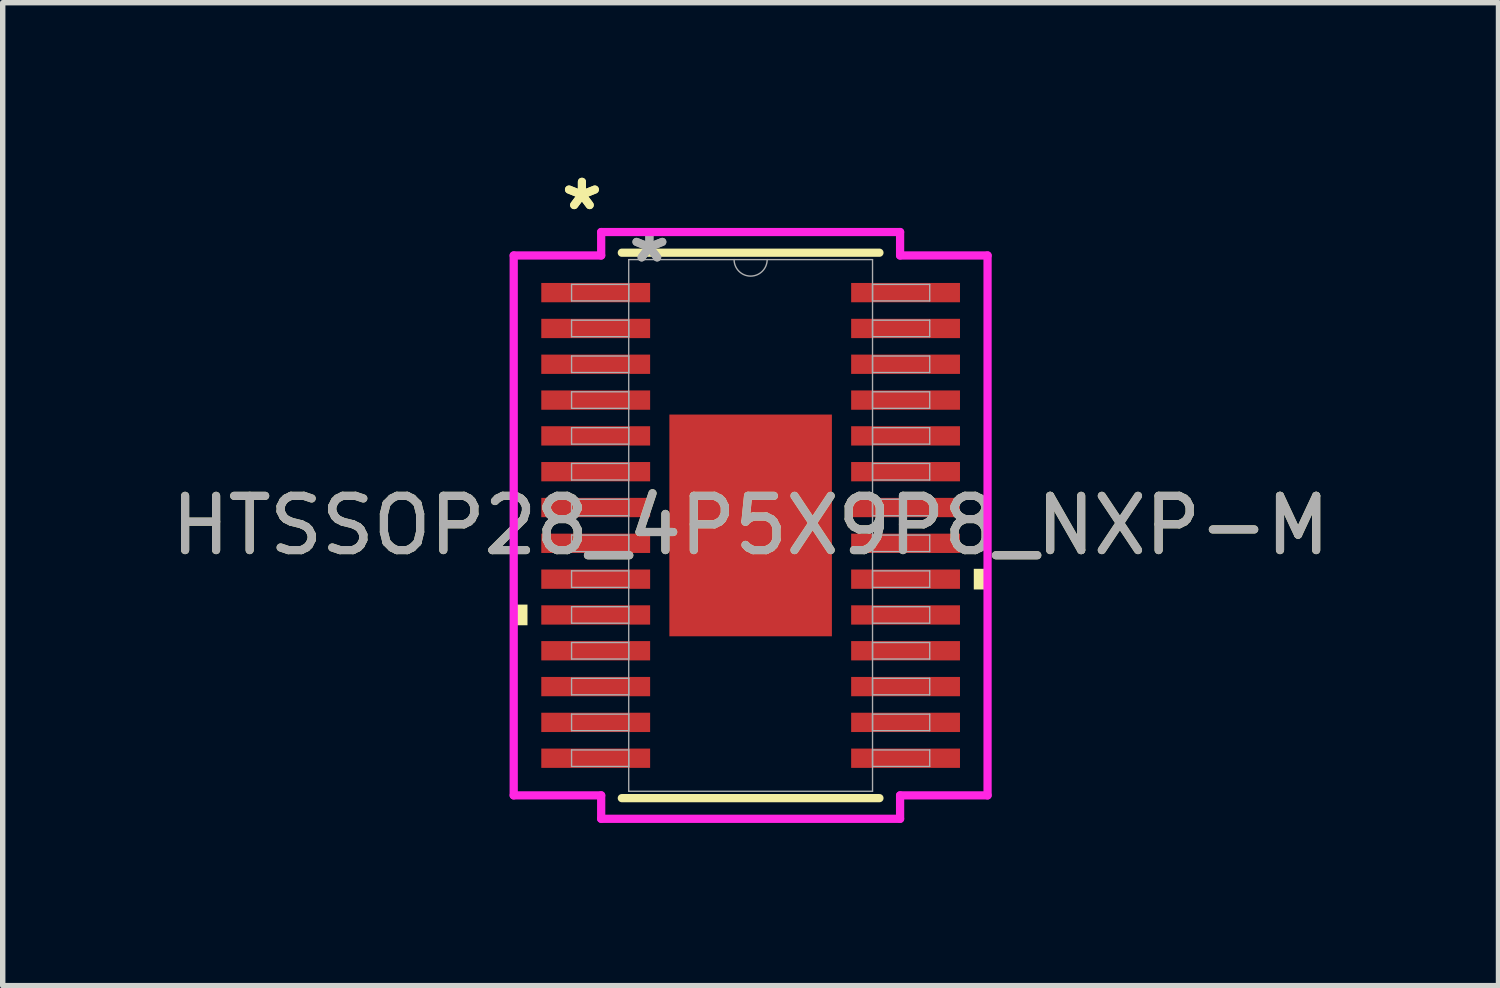
<source format=kicad_pcb>
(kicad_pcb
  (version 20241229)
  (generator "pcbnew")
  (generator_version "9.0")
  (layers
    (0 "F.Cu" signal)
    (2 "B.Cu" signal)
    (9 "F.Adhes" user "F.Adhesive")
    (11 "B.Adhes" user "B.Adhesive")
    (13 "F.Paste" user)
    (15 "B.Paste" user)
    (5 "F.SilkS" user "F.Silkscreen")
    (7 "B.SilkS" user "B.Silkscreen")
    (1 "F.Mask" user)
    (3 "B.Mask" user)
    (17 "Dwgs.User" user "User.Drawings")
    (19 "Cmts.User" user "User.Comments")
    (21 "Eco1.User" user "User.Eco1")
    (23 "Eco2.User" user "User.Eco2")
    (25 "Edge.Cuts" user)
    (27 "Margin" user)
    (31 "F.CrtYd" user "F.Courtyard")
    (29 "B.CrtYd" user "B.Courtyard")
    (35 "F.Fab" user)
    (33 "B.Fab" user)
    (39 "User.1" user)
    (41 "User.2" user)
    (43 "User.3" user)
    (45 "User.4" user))
  (footprint "HTSSOP28_4P5X9P8_NXP-M"
    (layer "F.Cu")
    (at 10.792 6.639)
    (property "Reference" "HTSSOP28_4P5X9P8_NXP-M" (at 0 0 0) (unlocked yes) (layer "F.SilkS") (effects (font (size 1 1) (thickness 0.15))))
    (attr smd)
    (fp_line (start -2.375 5.029) (end 2.375 5.029) (stroke (width 0.152) (type solid)) (layer "F.SilkS"))
    (fp_line (start 2.375 -5.029) (end -2.375 -5.029) (stroke (width 0.152) (type solid)) (layer "F.SilkS"))
    (fp_poly (pts (xy -4.369 1.46) (xy -4.369 1.841) (xy -4.115 1.841) (xy -4.115 1.46)) (stroke (width 0) (type solid)) (fill yes) (layer "F.SilkS"))
    (fp_poly (pts (xy 4.369 0.8) (xy 4.369 1.181) (xy 4.115 1.181) (xy 4.115 0.8)) (stroke (width 0) (type solid)) (fill yes) (layer "F.SilkS"))
    (fp_poly (pts (xy -1.399 -1.945) (xy -1.399 -0.782) (xy -0.1 -0.782) (xy -0.1 -1.945)) (stroke (width 0) (type solid)) (fill yes) (layer "F.Paste"))
    (fp_poly (pts (xy -1.399 -0.582) (xy -1.399 0.582) (xy -0.1 0.582) (xy -0.1 -0.582)) (stroke (width 0) (type solid)) (fill yes) (layer "F.Paste"))
    (fp_poly (pts (xy -1.399 0.782) (xy -1.399 1.945) (xy -0.1 1.945) (xy -0.1 0.782)) (stroke (width 0) (type solid)) (fill yes) (layer "F.Paste"))
    (fp_poly (pts (xy 0.1 -1.945) (xy 0.1 -0.782) (xy 1.399 -0.782) (xy 1.399 -1.945)) (stroke (width 0) (type solid)) (fill yes) (layer "F.Paste"))
    (fp_poly (pts (xy 0.1 -0.582) (xy 0.1 0.582) (xy 1.399 0.582) (xy 1.399 -0.582)) (stroke (width 0) (type solid)) (fill yes) (layer "F.Paste"))
    (fp_poly (pts (xy 0.1 0.782) (xy 0.1 1.945) (xy 1.399 1.945) (xy 1.399 0.782)) (stroke (width 0) (type solid)) (fill yes) (layer "F.Paste"))
    (fp_line (start -4.369 -4.978) (end -2.756 -4.978) (stroke (width 0.152) (type solid)) (layer "F.CrtYd"))
    (fp_line (start -4.369 4.978) (end -4.369 -4.978) (stroke (width 0.152) (type solid)) (layer "F.CrtYd"))
    (fp_line (start -4.369 4.978) (end -2.756 4.978) (stroke (width 0.152) (type solid)) (layer "F.CrtYd"))
    (fp_line (start -2.756 -5.41) (end 2.756 -5.41) (stroke (width 0.152) (type solid)) (layer "F.CrtYd"))
    (fp_line (start -2.756 -4.978) (end -2.756 -5.41) (stroke (width 0.152) (type solid)) (layer "F.CrtYd"))
    (fp_line (start -2.756 5.41) (end -2.756 4.978) (stroke (width 0.152) (type solid)) (layer "F.CrtYd"))
    (fp_line (start 2.756 -5.41) (end 2.756 -4.978) (stroke (width 0.152) (type solid)) (layer "F.CrtYd"))
    (fp_line (start 2.756 4.978) (end 2.756 5.41) (stroke (width 0.152) (type solid)) (layer "F.CrtYd"))
    (fp_line (start 2.756 5.41) (end -2.756 5.41) (stroke (width 0.152) (type solid)) (layer "F.CrtYd"))
    (fp_line (start 4.369 -4.978) (end 2.756 -4.978) (stroke (width 0.152) (type solid)) (layer "F.CrtYd"))
    (fp_line (start 4.369 -4.978) (end 4.369 4.978) (stroke (width 0.152) (type solid)) (layer "F.CrtYd"))
    (fp_line (start 4.369 4.978) (end 2.756 4.978) (stroke (width 0.152) (type solid)) (layer "F.CrtYd"))
    (fp_line (start -3.302 -4.445) (end -3.302 -4.14) (stroke (width 0.025) (type solid)) (layer "F.Fab"))
    (fp_line (start -3.302 -4.14) (end -2.248 -4.14) (stroke (width 0.025) (type solid)) (layer "F.Fab"))
    (fp_line (start -3.302 -3.785) (end -3.302 -3.48) (stroke (width 0.025) (type solid)) (layer "F.Fab"))
    (fp_line (start -3.302 -3.48) (end -2.248 -3.48) (stroke (width 0.025) (type solid)) (layer "F.Fab"))
    (fp_line (start -3.302 -3.124) (end -3.302 -2.819) (stroke (width 0.025) (type solid)) (layer "F.Fab"))
    (fp_line (start -3.302 -2.819) (end -2.248 -2.819) (stroke (width 0.025) (type solid)) (layer "F.Fab"))
    (fp_line (start -3.302 -2.464) (end -3.302 -2.159) (stroke (width 0.025) (type solid)) (layer "F.Fab"))
    (fp_line (start -3.302 -2.159) (end -2.248 -2.159) (stroke (width 0.025) (type solid)) (layer "F.Fab"))
    (fp_line (start -3.302 -1.803) (end -3.302 -1.499) (stroke (width 0.025) (type solid)) (layer "F.Fab"))
    (fp_line (start -3.302 -1.499) (end -2.248 -1.499) (stroke (width 0.025) (type solid)) (layer "F.Fab"))
    (fp_line (start -3.302 -1.143) (end -3.302 -0.838) (stroke (width 0.025) (type solid)) (layer "F.Fab"))
    (fp_line (start -3.302 -0.838) (end -2.248 -0.838) (stroke (width 0.025) (type solid)) (layer "F.Fab"))
    (fp_line (start -3.302 -0.483) (end -3.302 -0.178) (stroke (width 0.025) (type solid)) (layer "F.Fab"))
    (fp_line (start -3.302 -0.178) (end -2.248 -0.178) (stroke (width 0.025) (type solid)) (layer "F.Fab"))
    (fp_line (start -3.302 0.178) (end -3.302 0.483) (stroke (width 0.025) (type solid)) (layer "F.Fab"))
    (fp_line (start -3.302 0.483) (end -2.248 0.483) (stroke (width 0.025) (type solid)) (layer "F.Fab"))
    (fp_line (start -3.302 0.838) (end -3.302 1.143) (stroke (width 0.025) (type solid)) (layer "F.Fab"))
    (fp_line (start -3.302 1.143) (end -2.248 1.143) (stroke (width 0.025) (type solid)) (layer "F.Fab"))
    (fp_line (start -3.302 1.499) (end -3.302 1.803) (stroke (width 0.025) (type solid)) (layer "F.Fab"))
    (fp_line (start -3.302 1.803) (end -2.248 1.803) (stroke (width 0.025) (type solid)) (layer "F.Fab"))
    (fp_line (start -3.302 2.159) (end -3.302 2.464) (stroke (width 0.025) (type solid)) (layer "F.Fab"))
    (fp_line (start -3.302 2.464) (end -2.248 2.464) (stroke (width 0.025) (type solid)) (layer "F.Fab"))
    (fp_line (start -3.302 2.819) (end -3.302 3.124) (stroke (width 0.025) (type solid)) (layer "F.Fab"))
    (fp_line (start -3.302 3.124) (end -2.248 3.124) (stroke (width 0.025) (type solid)) (layer "F.Fab"))
    (fp_line (start -3.302 3.48) (end -3.302 3.785) (stroke (width 0.025) (type solid)) (layer "F.Fab"))
    (fp_line (start -3.302 3.785) (end -2.248 3.785) (stroke (width 0.025) (type solid)) (layer "F.Fab"))
    (fp_line (start -3.302 4.14) (end -3.302 4.445) (stroke (width 0.025) (type solid)) (layer "F.Fab"))
    (fp_line (start -3.302 4.445) (end -2.248 4.445) (stroke (width 0.025) (type solid)) (layer "F.Fab"))
    (fp_line (start -2.248 -4.902) (end -2.248 4.902) (stroke (width 0.025) (type solid)) (layer "F.Fab"))
    (fp_line (start -2.248 -4.445) (end -3.302 -4.445) (stroke (width 0.025) (type solid)) (layer "F.Fab"))
    (fp_line (start -2.248 -4.14) (end -2.248 -4.445) (stroke (width 0.025) (type solid)) (layer "F.Fab"))
    (fp_line (start -2.248 -3.785) (end -3.302 -3.785) (stroke (width 0.025) (type solid)) (layer "F.Fab"))
    (fp_line (start -2.248 -3.48) (end -2.248 -3.785) (stroke (width 0.025) (type solid)) (layer "F.Fab"))
    (fp_line (start -2.248 -3.124) (end -3.302 -3.124) (stroke (width 0.025) (type solid)) (layer "F.Fab"))
    (fp_line (start -2.248 -2.819) (end -2.248 -3.124) (stroke (width 0.025) (type solid)) (layer "F.Fab"))
    (fp_line (start -2.248 -2.464) (end -3.302 -2.464) (stroke (width 0.025) (type solid)) (layer "F.Fab"))
    (fp_line (start -2.248 -2.159) (end -2.248 -2.464) (stroke (width 0.025) (type solid)) (layer "F.Fab"))
    (fp_line (start -2.248 -1.803) (end -3.302 -1.803) (stroke (width 0.025) (type solid)) (layer "F.Fab"))
    (fp_line (start -2.248 -1.499) (end -2.248 -1.803) (stroke (width 0.025) (type solid)) (layer "F.Fab"))
    (fp_line (start -2.248 -1.143) (end -3.302 -1.143) (stroke (width 0.025) (type solid)) (layer "F.Fab"))
    (fp_line (start -2.248 -0.838) (end -2.248 -1.143) (stroke (width 0.025) (type solid)) (layer "F.Fab"))
    (fp_line (start -2.248 -0.483) (end -3.302 -0.483) (stroke (width 0.025) (type solid)) (layer "F.Fab"))
    (fp_line (start -2.248 -0.178) (end -2.248 -0.483) (stroke (width 0.025) (type solid)) (layer "F.Fab"))
    (fp_line (start -2.248 0.178) (end -3.302 0.178) (stroke (width 0.025) (type solid)) (layer "F.Fab"))
    (fp_line (start -2.248 0.483) (end -2.248 0.178) (stroke (width 0.025) (type solid)) (layer "F.Fab"))
    (fp_line (start -2.248 0.838) (end -3.302 0.838) (stroke (width 0.025) (type solid)) (layer "F.Fab"))
    (fp_line (start -2.248 1.143) (end -2.248 0.838) (stroke (width 0.025) (type solid)) (layer "F.Fab"))
    (fp_line (start -2.248 1.499) (end -3.302 1.499) (stroke (width 0.025) (type solid)) (layer "F.Fab"))
    (fp_line (start -2.248 1.803) (end -2.248 1.499) (stroke (width 0.025) (type solid)) (layer "F.Fab"))
    (fp_line (start -2.248 2.159) (end -3.302 2.159) (stroke (width 0.025) (type solid)) (layer "F.Fab"))
    (fp_line (start -2.248 2.464) (end -2.248 2.159) (stroke (width 0.025) (type solid)) (layer "F.Fab"))
    (fp_line (start -2.248 2.819) (end -3.302 2.819) (stroke (width 0.025) (type solid)) (layer "F.Fab"))
    (fp_line (start -2.248 3.124) (end -2.248 2.819) (stroke (width 0.025) (type solid)) (layer "F.Fab"))
    (fp_line (start -2.248 3.48) (end -3.302 3.48) (stroke (width 0.025) (type solid)) (layer "F.Fab"))
    (fp_line (start -2.248 3.785) (end -2.248 3.48) (stroke (width 0.025) (type solid)) (layer "F.Fab"))
    (fp_line (start -2.248 4.14) (end -3.302 4.14) (stroke (width 0.025) (type solid)) (layer "F.Fab"))
    (fp_line (start -2.248 4.445) (end -2.248 4.14) (stroke (width 0.025) (type solid)) (layer "F.Fab"))
    (fp_line (start -2.248 4.902) (end 2.248 4.902) (stroke (width 0.025) (type solid)) (layer "F.Fab"))
    (fp_line (start 2.248 -4.902) (end -2.248 -4.902) (stroke (width 0.025) (type solid)) (layer "F.Fab"))
    (fp_line (start 2.248 -4.445) (end 2.248 -4.14) (stroke (width 0.025) (type solid)) (layer "F.Fab"))
    (fp_line (start 2.248 -4.14) (end 3.302 -4.14) (stroke (width 0.025) (type solid)) (layer "F.Fab"))
    (fp_line (start 2.248 -3.785) (end 2.248 -3.48) (stroke (width 0.025) (type solid)) (layer "F.Fab"))
    (fp_line (start 2.248 -3.48) (end 3.302 -3.48) (stroke (width 0.025) (type solid)) (layer "F.Fab"))
    (fp_line (start 2.248 -3.124) (end 2.248 -2.819) (stroke (width 0.025) (type solid)) (layer "F.Fab"))
    (fp_line (start 2.248 -2.819) (end 3.302 -2.819) (stroke (width 0.025) (type solid)) (layer "F.Fab"))
    (fp_line (start 2.248 -2.464) (end 2.248 -2.159) (stroke (width 0.025) (type solid)) (layer "F.Fab"))
    (fp_line (start 2.248 -2.159) (end 3.302 -2.159) (stroke (width 0.025) (type solid)) (layer "F.Fab"))
    (fp_line (start 2.248 -1.803) (end 2.248 -1.499) (stroke (width 0.025) (type solid)) (layer "F.Fab"))
    (fp_line (start 2.248 -1.499) (end 3.302 -1.499) (stroke (width 0.025) (type solid)) (layer "F.Fab"))
    (fp_line (start 2.248 -1.143) (end 2.248 -0.838) (stroke (width 0.025) (type solid)) (layer "F.Fab"))
    (fp_line (start 2.248 -0.838) (end 3.302 -0.838) (stroke (width 0.025) (type solid)) (layer "F.Fab"))
    (fp_line (start 2.248 -0.483) (end 2.248 -0.178) (stroke (width 0.025) (type solid)) (layer "F.Fab"))
    (fp_line (start 2.248 -0.178) (end 3.302 -0.178) (stroke (width 0.025) (type solid)) (layer "F.Fab"))
    (fp_line (start 2.248 0.178) (end 2.248 0.483) (stroke (width 0.025) (type solid)) (layer "F.Fab"))
    (fp_line (start 2.248 0.483) (end 3.302 0.483) (stroke (width 0.025) (type solid)) (layer "F.Fab"))
    (fp_line (start 2.248 0.838) (end 2.248 1.143) (stroke (width 0.025) (type solid)) (layer "F.Fab"))
    (fp_line (start 2.248 1.143) (end 3.302 1.143) (stroke (width 0.025) (type solid)) (layer "F.Fab"))
    (fp_line (start 2.248 1.499) (end 2.248 1.803) (stroke (width 0.025) (type solid)) (layer "F.Fab"))
    (fp_line (start 2.248 1.803) (end 3.302 1.803) (stroke (width 0.025) (type solid)) (layer "F.Fab"))
    (fp_line (start 2.248 2.159) (end 2.248 2.464) (stroke (width 0.025) (type solid)) (layer "F.Fab"))
    (fp_line (start 2.248 2.464) (end 3.302 2.464) (stroke (width 0.025) (type solid)) (layer "F.Fab"))
    (fp_line (start 2.248 2.819) (end 2.248 3.124) (stroke (width 0.025) (type solid)) (layer "F.Fab"))
    (fp_line (start 2.248 3.124) (end 3.302 3.124) (stroke (width 0.025) (type solid)) (layer "F.Fab"))
    (fp_line (start 2.248 3.48) (end 2.248 3.785) (stroke (width 0.025) (type solid)) (layer "F.Fab"))
    (fp_line (start 2.248 3.785) (end 3.302 3.785) (stroke (width 0.025) (type solid)) (layer "F.Fab"))
    (fp_line (start 2.248 4.14) (end 2.248 4.445) (stroke (width 0.025) (type solid)) (layer "F.Fab"))
    (fp_line (start 2.248 4.445) (end 3.302 4.445) (stroke (width 0.025) (type solid)) (layer "F.Fab"))
    (fp_line (start 2.248 4.902) (end 2.248 -4.902) (stroke (width 0.025) (type solid)) (layer "F.Fab"))
    (fp_line (start 3.302 -4.445) (end 2.248 -4.445) (stroke (width 0.025) (type solid)) (layer "F.Fab"))
    (fp_line (start 3.302 -4.14) (end 3.302 -4.445) (stroke (width 0.025) (type solid)) (layer "F.Fab"))
    (fp_line (start 3.302 -3.785) (end 2.248 -3.785) (stroke (width 0.025) (type solid)) (layer "F.Fab"))
    (fp_line (start 3.302 -3.48) (end 3.302 -3.785) (stroke (width 0.025) (type solid)) (layer "F.Fab"))
    (fp_line (start 3.302 -3.124) (end 2.248 -3.124) (stroke (width 0.025) (type solid)) (layer "F.Fab"))
    (fp_line (start 3.302 -2.819) (end 3.302 -3.124) (stroke (width 0.025) (type solid)) (layer "F.Fab"))
    (fp_line (start 3.302 -2.464) (end 2.248 -2.464) (stroke (width 0.025) (type solid)) (layer "F.Fab"))
    (fp_line (start 3.302 -2.159) (end 3.302 -2.464) (stroke (width 0.025) (type solid)) (layer "F.Fab"))
    (fp_line (start 3.302 -1.803) (end 2.248 -1.803) (stroke (width 0.025) (type solid)) (layer "F.Fab"))
    (fp_line (start 3.302 -1.499) (end 3.302 -1.803) (stroke (width 0.025) (type solid)) (layer "F.Fab"))
    (fp_line (start 3.302 -1.143) (end 2.248 -1.143) (stroke (width 0.025) (type solid)) (layer "F.Fab"))
    (fp_line (start 3.302 -0.838) (end 3.302 -1.143) (stroke (width 0.025) (type solid)) (layer "F.Fab"))
    (fp_line (start 3.302 -0.483) (end 2.248 -0.483) (stroke (width 0.025) (type solid)) (layer "F.Fab"))
    (fp_line (start 3.302 -0.178) (end 3.302 -0.483) (stroke (width 0.025) (type solid)) (layer "F.Fab"))
    (fp_line (start 3.302 0.178) (end 2.248 0.178) (stroke (width 0.025) (type solid)) (layer "F.Fab"))
    (fp_line (start 3.302 0.483) (end 3.302 0.178) (stroke (width 0.025) (type solid)) (layer "F.Fab"))
    (fp_line (start 3.302 0.838) (end 2.248 0.838) (stroke (width 0.025) (type solid)) (layer "F.Fab"))
    (fp_line (start 3.302 1.143) (end 3.302 0.838) (stroke (width 0.025) (type solid)) (layer "F.Fab"))
    (fp_line (start 3.302 1.499) (end 2.248 1.499) (stroke (width 0.025) (type solid)) (layer "F.Fab"))
    (fp_line (start 3.302 1.803) (end 3.302 1.499) (stroke (width 0.025) (type solid)) (layer "F.Fab"))
    (fp_line (start 3.302 2.159) (end 2.248 2.159) (stroke (width 0.025) (type solid)) (layer "F.Fab"))
    (fp_line (start 3.302 2.464) (end 3.302 2.159) (stroke (width 0.025) (type solid)) (layer "F.Fab"))
    (fp_line (start 3.302 2.819) (end 2.248 2.819) (stroke (width 0.025) (type solid)) (layer "F.Fab"))
    (fp_line (start 3.302 3.124) (end 3.302 2.819) (stroke (width 0.025) (type solid)) (layer "F.Fab"))
    (fp_line (start 3.302 3.48) (end 2.248 3.48) (stroke (width 0.025) (type solid)) (layer "F.Fab"))
    (fp_line (start 3.302 3.785) (end 3.302 3.48) (stroke (width 0.025) (type solid)) (layer "F.Fab"))
    (fp_line (start 3.302 4.14) (end 2.248 4.14) (stroke (width 0.025) (type solid)) (layer "F.Fab"))
    (fp_line (start 3.302 4.445) (end 3.302 4.14) (stroke (width 0.025) (type solid)) (layer "F.Fab"))
    (fp_arc (start 0.3048 -4.9022) (mid 0 -4.5974) (end -0.3048 -4.9022) (stroke (width 0.0254) (type solid)) (layer "F.Fab"))
    (fp_text user "*" (at -3.111 -5.791 0) (unlocked yes) (layer "F.SilkS") (effects (font (size 1 1) (thickness 0.15))))
    (fp_text user "*" (at -3.111 -5.791 0) (layer "F.SilkS") (effects (font (size 1 1) (thickness 0.15))))
    (fp_text user "*" (at -1.867 -4.826 0) (unlocked yes) (layer "F.Fab") (effects (font (size 1 1) (thickness 0.15))))
    (fp_text user "*" (at -1.867 -4.826 0) (layer "F.Fab") (effects (font (size 1 1) (thickness 0.15))))
    (fp_text user "${REFERENCE}" (at 0 0 0) (unlocked yes) (layer "F.Fab") (effects (font (size 1 1) (thickness 0.15))))
    (pad "1" smd rect (at -2.857 -4.293) (size 2.007 0.356) (layers "F.Cu" "F.Mask" "F.Paste"))
    (pad "2" smd rect (at -2.857 -3.632) (size 2.007 0.356) (layers "F.Cu" "F.Mask" "F.Paste"))
    (pad "3" smd rect (at -2.857 -2.972) (size 2.007 0.356) (layers "F.Cu" "F.Mask" "F.Paste"))
    (pad "4" smd rect (at -2.857 -2.311) (size 2.007 0.356) (layers "F.Cu" "F.Mask" "F.Paste"))
    (pad "5" smd rect (at -2.857 -1.651) (size 2.007 0.356) (layers "F.Cu" "F.Mask" "F.Paste"))
    (pad "6" smd rect (at -2.857 -0.991) (size 2.007 0.356) (layers "F.Cu" "F.Mask" "F.Paste"))
    (pad "7" smd rect (at -2.857 -0.33) (size 2.007 0.356) (layers "F.Cu" "F.Mask" "F.Paste"))
    (pad "8" smd rect (at -2.857 0.33) (size 2.007 0.356) (layers "F.Cu" "F.Mask" "F.Paste"))
    (pad "9" smd rect (at -2.857 0.991) (size 2.007 0.356) (layers "F.Cu" "F.Mask" "F.Paste"))
    (pad "10" smd rect (at -2.857 1.651) (size 2.007 0.356) (layers "F.Cu" "F.Mask" "F.Paste"))
    (pad "11" smd rect (at -2.857 2.311) (size 2.007 0.356) (layers "F.Cu" "F.Mask" "F.Paste"))
    (pad "12" smd rect (at -2.857 2.972) (size 2.007 0.356) (layers "F.Cu" "F.Mask" "F.Paste"))
    (pad "13" smd rect (at -2.857 3.632) (size 2.007 0.356) (layers "F.Cu" "F.Mask" "F.Paste"))
    (pad "14" smd rect (at -2.857 4.293) (size 2.007 0.356) (layers "F.Cu" "F.Mask" "F.Paste"))
    (pad "15" smd rect (at 2.857 4.293) (size 2.007 0.356) (layers "F.Cu" "F.Mask" "F.Paste"))
    (pad "16" smd rect (at 2.857 3.632) (size 2.007 0.356) (layers "F.Cu" "F.Mask" "F.Paste"))
    (pad "17" smd rect (at 2.857 2.972) (size 2.007 0.356) (layers "F.Cu" "F.Mask" "F.Paste"))
    (pad "18" smd rect (at 2.857 2.311) (size 2.007 0.356) (layers "F.Cu" "F.Mask" "F.Paste"))
    (pad "19" smd rect (at 2.857 1.651) (size 2.007 0.356) (layers "F.Cu" "F.Mask" "F.Paste"))
    (pad "20" smd rect (at 2.857 0.991) (size 2.007 0.356) (layers "F.Cu" "F.Mask" "F.Paste"))
    (pad "21" smd rect (at 2.857 0.33) (size 2.007 0.356) (layers "F.Cu" "F.Mask" "F.Paste"))
    (pad "22" smd rect (at 2.857 -0.33) (size 2.007 0.356) (layers "F.Cu" "F.Mask" "F.Paste"))
    (pad "23" smd rect (at 2.857 -0.991) (size 2.007 0.356) (layers "F.Cu" "F.Mask" "F.Paste"))
    (pad "24" smd rect (at 2.857 -1.651) (size 2.007 0.356) (layers "F.Cu" "F.Mask" "F.Paste"))
    (pad "25" smd rect (at 2.857 -2.311) (size 2.007 0.356) (layers "F.Cu" "F.Mask" "F.Paste"))
    (pad "26" smd rect (at 2.857 -2.972) (size 2.007 0.356) (layers "F.Cu" "F.Mask" "F.Paste"))
    (pad "27" smd rect (at 2.857 -3.632) (size 2.007 0.356) (layers "F.Cu" "F.Mask" "F.Paste"))
    (pad "28" smd rect (at 2.857 -4.293) (size 2.007 0.356) (layers "F.Cu" "F.Mask" "F.Paste"))
    (pad "EPAD" smd rect (at 0 0) (size 2.997 4.089) (layers "F.Cu" "F.Mask")))
  (gr_rect
    (start -3 -3)
    (end 24.583 15.126)
    (stroke (width 0.1) (type default))
    (fill no)
    (layer "Edge.Cuts")))
</source>
